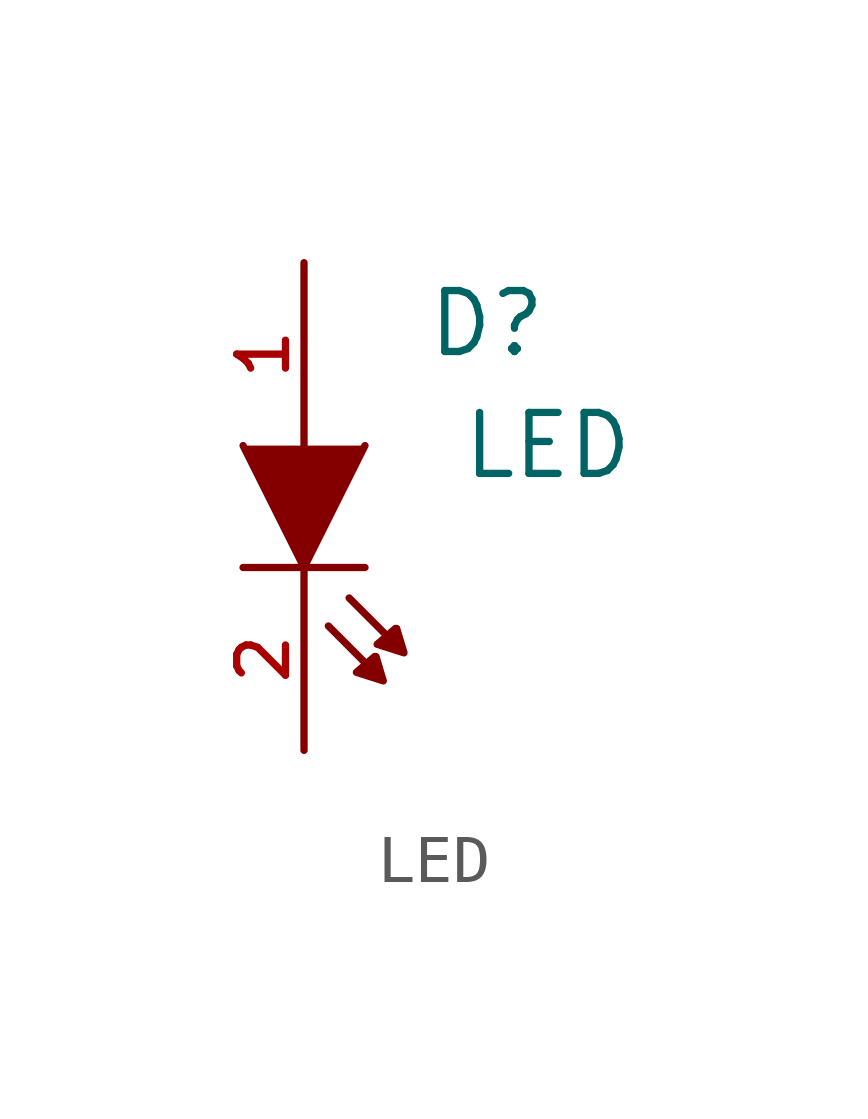
<source format=kicad_sym>
(kicad_symbol_lib
  (version 20220914)
  (generator kicad_symbol_editor)
  (symbol "LED"
    (pin_names
      (offset 1.016) hide)
    (property "Reference" "D"
      (at 3.81 -1.27 0)
      (effects (font (size 1.27 1.27))))
    (property "Value" "LED"
      (at 5.08 -3.81 0)
      (effects (font (size 1.27 1.27))))
    (symbol "LED_0_1"
      (polyline (pts (xy 1.27 -6.35) (xy -1.27 -6.35)) (stroke (width 0) (type default)) (fill (type none)))
      (polyline (pts (xy 1.295 -8.357) (xy 0.508 -7.569)) (stroke (width 0) (type default)) (fill (type none)))
      (polyline (pts (xy 1.727 -7.772) (xy 0.94 -6.985)) (stroke (width 0) (type default)) (fill (type none)))
      (polyline (pts (xy 1.27 -3.81) (xy 0 -6.35) (xy -1.27 -3.81)) (stroke (width 0) (type default)) (fill (type outline)))
      (polyline (pts (xy 1.499 -8.204) (xy 1.651 -8.712) (xy 1.092 -8.534) (xy 1.473 -8.204)) (stroke (width 0) (type default)) (fill (type outline)))
      (polyline (pts (xy 1.93 -7.62) (xy 2.083 -8.128) (xy 1.524 -7.95) (xy 1.905 -7.62)) (stroke (width 0) (type default)) (fill (type outline))))
    (symbol "LED_1_1"
      (pin passive line (at 0 0 270) (length 3.81) (name "A" (effects (font (size 1.016 1.016)))) (number "1" (effects (font (size 1.016 1.016)))))
      (pin passive line (at 0 -10.16 90) (length 3.81) (name "K" (effects (font (size 1.016 1.016)))) (number "2" (effects (font (size 1.016 1.016))))))))
</source>
